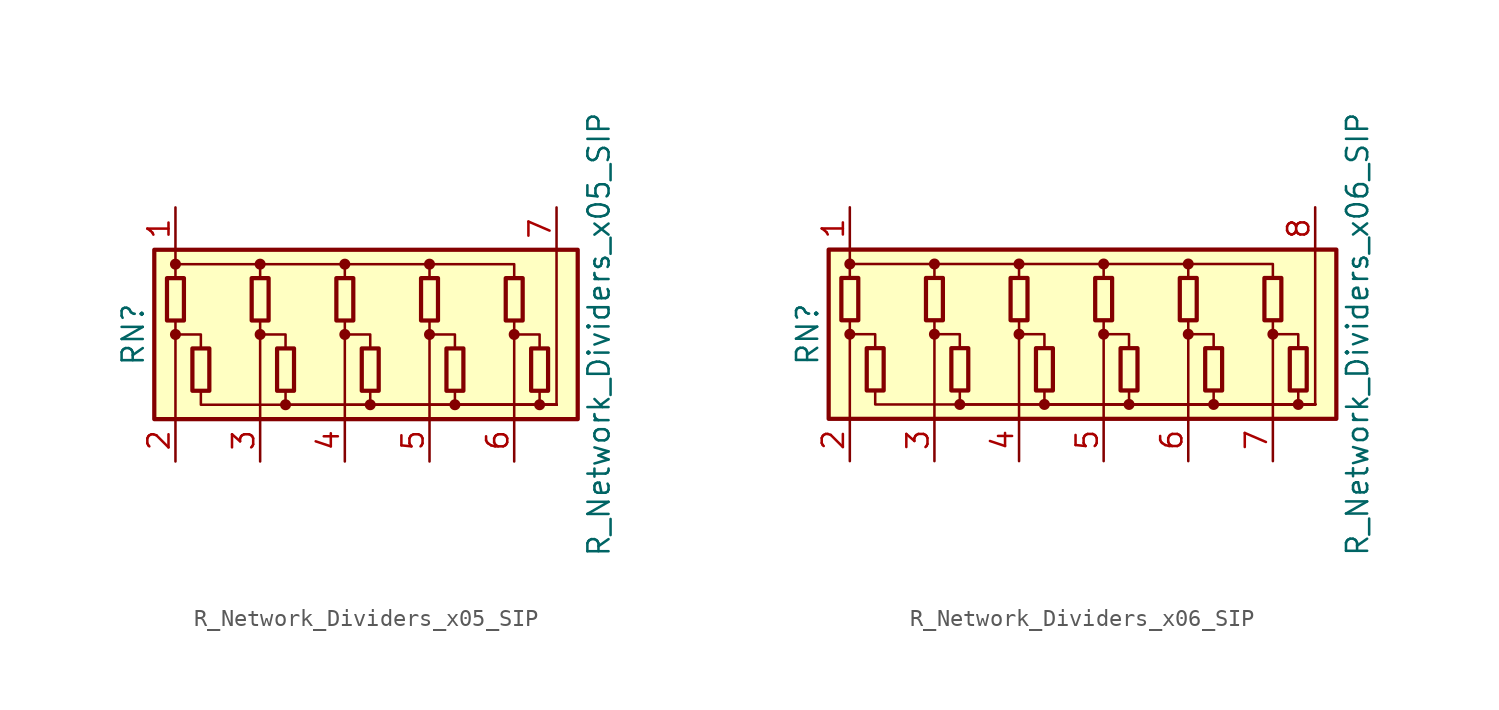
<source format=kicad_sym>
(kicad_symbol_lib
  (version 20241209)
  (generator "kicad_symbol_editor")
  (generator_version "9.0")
  (symbol "R_Network_Dividers_x05_SIP"
    (pin_names
      (offset 0)
      (hide yes))
    (property "Reference" "RN"
      (at -12.7 0 90)
      (effects (font (size 1.27 1.27))))
    (property "Value" "R_Network_Dividers_x05_SIP"
      (at 15.24 0 90)
      (effects (font (size 1.27 1.27))))
    (symbol "R_Network_Dividers_x05_SIP_0_1"
      (rectangle (start -11.43 -5.08) (end 13.97 5.08) (stroke (width 0.254) (type default)) (fill (type background)))
      (rectangle (start -10.668 3.378) (end -9.652 0.838) (stroke (width 0.254) (type default)) (fill (type none)))
      (polyline (pts (xy -10.16 5.08) (xy -10.16 3.378)) (stroke (width 0) (type default)) (fill (type none)))
      (circle (center -10.16 4.216) (radius 0.254) (stroke (width 0) (type default)) (fill (type outline)))
      (polyline (pts (xy -10.16 4.216) (xy -5.08 4.216) (xy -5.08 3.378)) (stroke (width 0) (type default)) (fill (type none)))
      (circle (center -10.16 0) (radius 0.254) (stroke (width 0) (type default)) (fill (type outline)))
      (polyline (pts (xy -10.16 0) (xy -8.636 0) (xy -8.636 -0.838)) (stroke (width 0) (type default)) (fill (type none)))
      (polyline (pts (xy -10.16 -5.08) (xy -10.16 0.838)) (stroke (width 0) (type default)) (fill (type none)))
      (rectangle (start -9.144 -3.378) (end -8.128 -0.838) (stroke (width 0.254) (type default)) (fill (type none)))
      (polyline (pts (xy -8.636 -3.378) (xy -8.636 -4.216) (xy 12.7 -4.216)) (stroke (width 0) (type default)) (fill (type none)))
      (rectangle (start -5.588 3.378) (end -4.572 0.838) (stroke (width 0.254) (type default)) (fill (type none)))
      (circle (center -5.08 4.216) (radius 0.254) (stroke (width 0) (type default)) (fill (type outline)))
      (polyline (pts (xy -5.08 4.216) (xy 0 4.216) (xy 0 3.378)) (stroke (width 0) (type default)) (fill (type none)))
      (circle (center -5.08 0) (radius 0.254) (stroke (width 0) (type default)) (fill (type outline)))
      (polyline (pts (xy -5.08 0) (xy -3.556 0) (xy -3.556 -0.838)) (stroke (width 0) (type default)) (fill (type none)))
      (polyline (pts (xy -5.08 -5.08) (xy -5.08 0.838)) (stroke (width 0) (type default)) (fill (type none)))
      (rectangle (start -4.064 -3.378) (end -3.048 -0.838) (stroke (width 0.254) (type default)) (fill (type none)))
      (polyline (pts (xy -3.556 -3.378) (xy -3.556 -4.216) (xy 12.7 -4.216)) (stroke (width 0) (type default)) (fill (type none)))
      (circle (center -3.556 -4.216) (radius 0.254) (stroke (width 0) (type default)) (fill (type outline)))
      (rectangle (start -0.508 3.378) (end 0.508 0.838) (stroke (width 0.254) (type default)) (fill (type none)))
      (circle (center 0 4.216) (radius 0.254) (stroke (width 0) (type default)) (fill (type outline)))
      (polyline (pts (xy 0 4.216) (xy 5.08 4.216) (xy 5.08 3.378)) (stroke (width 0) (type default)) (fill (type none)))
      (polyline (pts (xy 0 0) (xy 1.524 0) (xy 1.524 -0.838)) (stroke (width 0) (type default)) (fill (type none)))
      (circle (center 0 0) (radius 0.254) (stroke (width 0) (type default)) (fill (type outline)))
      (polyline (pts (xy 0 -5.08) (xy 0 0.838)) (stroke (width 0) (type default)) (fill (type none)))
      (rectangle (start 1.016 -3.378) (end 2.032 -0.838) (stroke (width 0.254) (type default)) (fill (type none)))
      (polyline (pts (xy 1.524 -3.378) (xy 1.524 -4.216) (xy 12.7 -4.216)) (stroke (width 0) (type default)) (fill (type none)))
      (circle (center 1.524 -4.216) (radius 0.254) (stroke (width 0) (type default)) (fill (type outline)))
      (rectangle (start 4.572 3.378) (end 5.588 0.838) (stroke (width 0.254) (type default)) (fill (type none)))
      (polyline (pts (xy 5.08 4.216) (xy 10.16 4.216) (xy 10.16 3.378)) (stroke (width 0) (type default)) (fill (type none)))
      (circle (center 5.08 4.216) (radius 0.254) (stroke (width 0) (type default)) (fill (type outline)))
      (polyline (pts (xy 5.08 0) (xy 6.604 0) (xy 6.604 -0.838)) (stroke (width 0) (type default)) (fill (type none)))
      (circle (center 5.08 0) (radius 0.254) (stroke (width 0) (type default)) (fill (type outline)))
      (polyline (pts (xy 5.08 -5.08) (xy 5.08 0.838)) (stroke (width 0) (type default)) (fill (type none)))
      (rectangle (start 6.096 -3.378) (end 7.112 -0.838) (stroke (width 0.254) (type default)) (fill (type none)))
      (polyline (pts (xy 6.604 -3.378) (xy 6.604 -4.216) (xy 12.7 -4.216)) (stroke (width 0) (type default)) (fill (type none)))
      (circle (center 6.604 -4.216) (radius 0.254) (stroke (width 0) (type default)) (fill (type outline)))
      (rectangle (start 9.652 3.378) (end 10.668 0.838) (stroke (width 0.254) (type default)) (fill (type none)))
      (polyline (pts (xy 10.16 0) (xy 11.684 0) (xy 11.684 -0.838)) (stroke (width 0) (type default)) (fill (type none)))
      (circle (center 10.16 0) (radius 0.254) (stroke (width 0) (type default)) (fill (type outline)))
      (polyline (pts (xy 10.16 -5.08) (xy 10.16 0.838)) (stroke (width 0) (type default)) (fill (type none)))
      (rectangle (start 11.176 -3.378) (end 12.192 -0.838) (stroke (width 0.254) (type default)) (fill (type none)))
      (polyline (pts (xy 11.684 -3.378) (xy 11.684 -4.216) (xy 12.7 -4.216)) (stroke (width 0) (type default)) (fill (type none)))
      (circle (center 11.684 -4.216) (radius 0.254) (stroke (width 0) (type default)) (fill (type outline)))
      (polyline (pts (xy 12.7 -4.216) (xy 12.7 5.08)) (stroke (width 0) (type default)) (fill (type none))))
    (symbol "R_Network_Dividers_x05_SIP_1_1"
      (pin passive line (at -10.16 7.62 270) (length 2.54) (name "COM1" (effects (font (size 1.27 1.27)))) (number "1" (effects (font (size 1.27 1.27)))))
      (pin passive line (at -10.16 -7.62 90) (length 2.54) (name "R1" (effects (font (size 1.27 1.27)))) (number "2" (effects (font (size 1.27 1.27)))))
      (pin passive line (at -5.08 -7.62 90) (length 2.54) (name "R2" (effects (font (size 1.27 1.27)))) (number "3" (effects (font (size 1.27 1.27)))))
      (pin passive line (at 0 -7.62 90) (length 2.54) (name "R3" (effects (font (size 1.27 1.27)))) (number "4" (effects (font (size 1.27 1.27)))))
      (pin passive line (at 5.08 -7.62 90) (length 2.54) (name "R4" (effects (font (size 1.27 1.27)))) (number "5" (effects (font (size 1.27 1.27)))))
      (pin passive line (at 10.16 -7.62 90) (length 2.54) (name "R5" (effects (font (size 1.27 1.27)))) (number "6" (effects (font (size 1.27 1.27)))))
      (pin passive line (at 12.7 7.62 270) (length 2.54) (name "COM2" (effects (font (size 1.27 1.27)))) (number "7" (effects (font (size 1.27 1.27)))))))
  (symbol "R_Network_Dividers_x06_SIP"
    (pin_names
      (offset 0)
      (hide yes))
    (property "Reference" "RN"
      (at -17.78 0 90)
      (effects (font (size 1.27 1.27))))
    (property "Value" "R_Network_Dividers_x06_SIP"
      (at 15.24 0 90)
      (effects (font (size 1.27 1.27))))
    (symbol "R_Network_Dividers_x06_SIP_0_1"
      (rectangle (start -16.51 -5.08) (end 13.97 5.08) (stroke (width 0.254) (type default)) (fill (type background)))
      (rectangle (start -15.748 3.378) (end -14.732 0.838) (stroke (width 0.254) (type default)) (fill (type none)))
      (polyline (pts (xy -15.24 5.08) (xy -15.24 3.378)) (stroke (width 0) (type default)) (fill (type none)))
      (circle (center -15.24 4.216) (radius 0.254) (stroke (width 0) (type default)) (fill (type outline)))
      (polyline (pts (xy -15.24 4.216) (xy -10.16 4.216) (xy -10.16 3.378)) (stroke (width 0) (type default)) (fill (type none)))
      (circle (center -15.24 0) (radius 0.254) (stroke (width 0) (type default)) (fill (type outline)))
      (polyline (pts (xy -15.24 0) (xy -13.716 0) (xy -13.716 -0.838)) (stroke (width 0) (type default)) (fill (type none)))
      (polyline (pts (xy -15.24 -5.08) (xy -15.24 0.838)) (stroke (width 0) (type default)) (fill (type none)))
      (rectangle (start -14.224 -3.378) (end -13.208 -0.838) (stroke (width 0.254) (type default)) (fill (type none)))
      (polyline (pts (xy -13.716 -3.378) (xy -13.716 -4.216) (xy 12.7 -4.216)) (stroke (width 0) (type default)) (fill (type none)))
      (rectangle (start -10.668 3.378) (end -9.652 0.838) (stroke (width 0.254) (type default)) (fill (type none)))
      (circle (center -10.16 4.216) (radius 0.254) (stroke (width 0) (type default)) (fill (type outline)))
      (polyline (pts (xy -10.16 4.216) (xy -5.08 4.216) (xy -5.08 3.378)) (stroke (width 0) (type default)) (fill (type none)))
      (circle (center -10.16 0) (radius 0.254) (stroke (width 0) (type default)) (fill (type outline)))
      (polyline (pts (xy -10.16 0) (xy -8.636 0) (xy -8.636 -0.838)) (stroke (width 0) (type default)) (fill (type none)))
      (polyline (pts (xy -10.16 -5.08) (xy -10.16 0.838)) (stroke (width 0) (type default)) (fill (type none)))
      (rectangle (start -9.144 -3.378) (end -8.128 -0.838) (stroke (width 0.254) (type default)) (fill (type none)))
      (polyline (pts (xy -8.636 -3.378) (xy -8.636 -4.216) (xy 12.7 -4.216)) (stroke (width 0) (type default)) (fill (type none)))
      (circle (center -8.636 -4.216) (radius 0.254) (stroke (width 0) (type default)) (fill (type outline)))
      (rectangle (start -5.588 3.378) (end -4.572 0.838) (stroke (width 0.254) (type default)) (fill (type none)))
      (circle (center -5.08 4.216) (radius 0.254) (stroke (width 0) (type default)) (fill (type outline)))
      (polyline (pts (xy -5.08 4.216) (xy 0 4.216) (xy 0 3.378)) (stroke (width 0) (type default)) (fill (type none)))
      (circle (center -5.08 0) (radius 0.254) (stroke (width 0) (type default)) (fill (type outline)))
      (polyline (pts (xy -5.08 0) (xy -3.556 0) (xy -3.556 -0.838)) (stroke (width 0) (type default)) (fill (type none)))
      (polyline (pts (xy -5.08 -5.08) (xy -5.08 0.838)) (stroke (width 0) (type default)) (fill (type none)))
      (rectangle (start -4.064 -3.378) (end -3.048 -0.838) (stroke (width 0.254) (type default)) (fill (type none)))
      (polyline (pts (xy -3.556 -3.378) (xy -3.556 -4.216) (xy 12.7 -4.216)) (stroke (width 0) (type default)) (fill (type none)))
      (circle (center -3.556 -4.216) (radius 0.254) (stroke (width 0) (type default)) (fill (type outline)))
      (rectangle (start -0.508 3.378) (end 0.508 0.838) (stroke (width 0.254) (type default)) (fill (type none)))
      (circle (center 0 4.216) (radius 0.254) (stroke (width 0) (type default)) (fill (type outline)))
      (polyline (pts (xy 0 4.216) (xy 5.08 4.216) (xy 5.08 3.378)) (stroke (width 0) (type default)) (fill (type none)))
      (polyline (pts (xy 0 0) (xy 1.524 0) (xy 1.524 -0.838)) (stroke (width 0) (type default)) (fill (type none)))
      (circle (center 0 0) (radius 0.254) (stroke (width 0) (type default)) (fill (type outline)))
      (polyline (pts (xy 0 -5.08) (xy 0 0.838)) (stroke (width 0) (type default)) (fill (type none)))
      (rectangle (start 1.016 -3.378) (end 2.032 -0.838) (stroke (width 0.254) (type default)) (fill (type none)))
      (polyline (pts (xy 1.524 -3.378) (xy 1.524 -4.216) (xy 12.7 -4.216)) (stroke (width 0) (type default)) (fill (type none)))
      (circle (center 1.524 -4.216) (radius 0.254) (stroke (width 0) (type default)) (fill (type outline)))
      (rectangle (start 4.572 3.378) (end 5.588 0.838) (stroke (width 0.254) (type default)) (fill (type none)))
      (polyline (pts (xy 5.08 4.216) (xy 10.16 4.216) (xy 10.16 3.378)) (stroke (width 0) (type default)) (fill (type none)))
      (circle (center 5.08 4.216) (radius 0.254) (stroke (width 0) (type default)) (fill (type outline)))
      (polyline (pts (xy 5.08 0) (xy 6.604 0) (xy 6.604 -0.838)) (stroke (width 0) (type default)) (fill (type none)))
      (circle (center 5.08 0) (radius 0.254) (stroke (width 0) (type default)) (fill (type outline)))
      (polyline (pts (xy 5.08 -5.08) (xy 5.08 0.838)) (stroke (width 0) (type default)) (fill (type none)))
      (rectangle (start 6.096 -3.378) (end 7.112 -0.838) (stroke (width 0.254) (type default)) (fill (type none)))
      (polyline (pts (xy 6.604 -3.378) (xy 6.604 -4.216) (xy 12.7 -4.216)) (stroke (width 0) (type default)) (fill (type none)))
      (circle (center 6.604 -4.216) (radius 0.254) (stroke (width 0) (type default)) (fill (type outline)))
      (rectangle (start 9.652 3.378) (end 10.668 0.838) (stroke (width 0.254) (type default)) (fill (type none)))
      (polyline (pts (xy 10.16 0) (xy 11.684 0) (xy 11.684 -0.838)) (stroke (width 0) (type default)) (fill (type none)))
      (circle (center 10.16 0) (radius 0.254) (stroke (width 0) (type default)) (fill (type outline)))
      (polyline (pts (xy 10.16 -5.08) (xy 10.16 0.838)) (stroke (width 0) (type default)) (fill (type none)))
      (rectangle (start 11.176 -3.378) (end 12.192 -0.838) (stroke (width 0.254) (type default)) (fill (type none)))
      (polyline (pts (xy 11.684 -3.378) (xy 11.684 -4.216) (xy 12.7 -4.216)) (stroke (width 0) (type default)) (fill (type none)))
      (circle (center 11.684 -4.216) (radius 0.254) (stroke (width 0) (type default)) (fill (type outline)))
      (polyline (pts (xy 12.7 -4.216) (xy 12.7 5.08)) (stroke (width 0) (type default)) (fill (type none))))
    (symbol "R_Network_Dividers_x06_SIP_1_1"
      (pin passive line (at -15.24 7.62 270) (length 2.54) (name "COM1" (effects (font (size 1.27 1.27)))) (number "1" (effects (font (size 1.27 1.27)))))
      (pin passive line (at -15.24 -7.62 90) (length 2.54) (name "R1" (effects (font (size 1.27 1.27)))) (number "2" (effects (font (size 1.27 1.27)))))
      (pin passive line (at -10.16 -7.62 90) (length 2.54) (name "R2" (effects (font (size 1.27 1.27)))) (number "3" (effects (font (size 1.27 1.27)))))
      (pin passive line (at -5.08 -7.62 90) (length 2.54) (name "R3" (effects (font (size 1.27 1.27)))) (number "4" (effects (font (size 1.27 1.27)))))
      (pin passive line (at 0 -7.62 90) (length 2.54) (name "R4" (effects (font (size 1.27 1.27)))) (number "5" (effects (font (size 1.27 1.27)))))
      (pin passive line (at 5.08 -7.62 90) (length 2.54) (name "R5" (effects (font (size 1.27 1.27)))) (number "6" (effects (font (size 1.27 1.27)))))
      (pin passive line (at 10.16 -7.62 90) (length 2.54) (name "R6" (effects (font (size 1.27 1.27)))) (number "7" (effects (font (size 1.27 1.27)))))
      (pin passive line (at 12.7 7.62 270) (length 2.54) (name "COM2" (effects (font (size 1.27 1.27)))) (number "8" (effects (font (size 1.27 1.27))))))))
</source>
